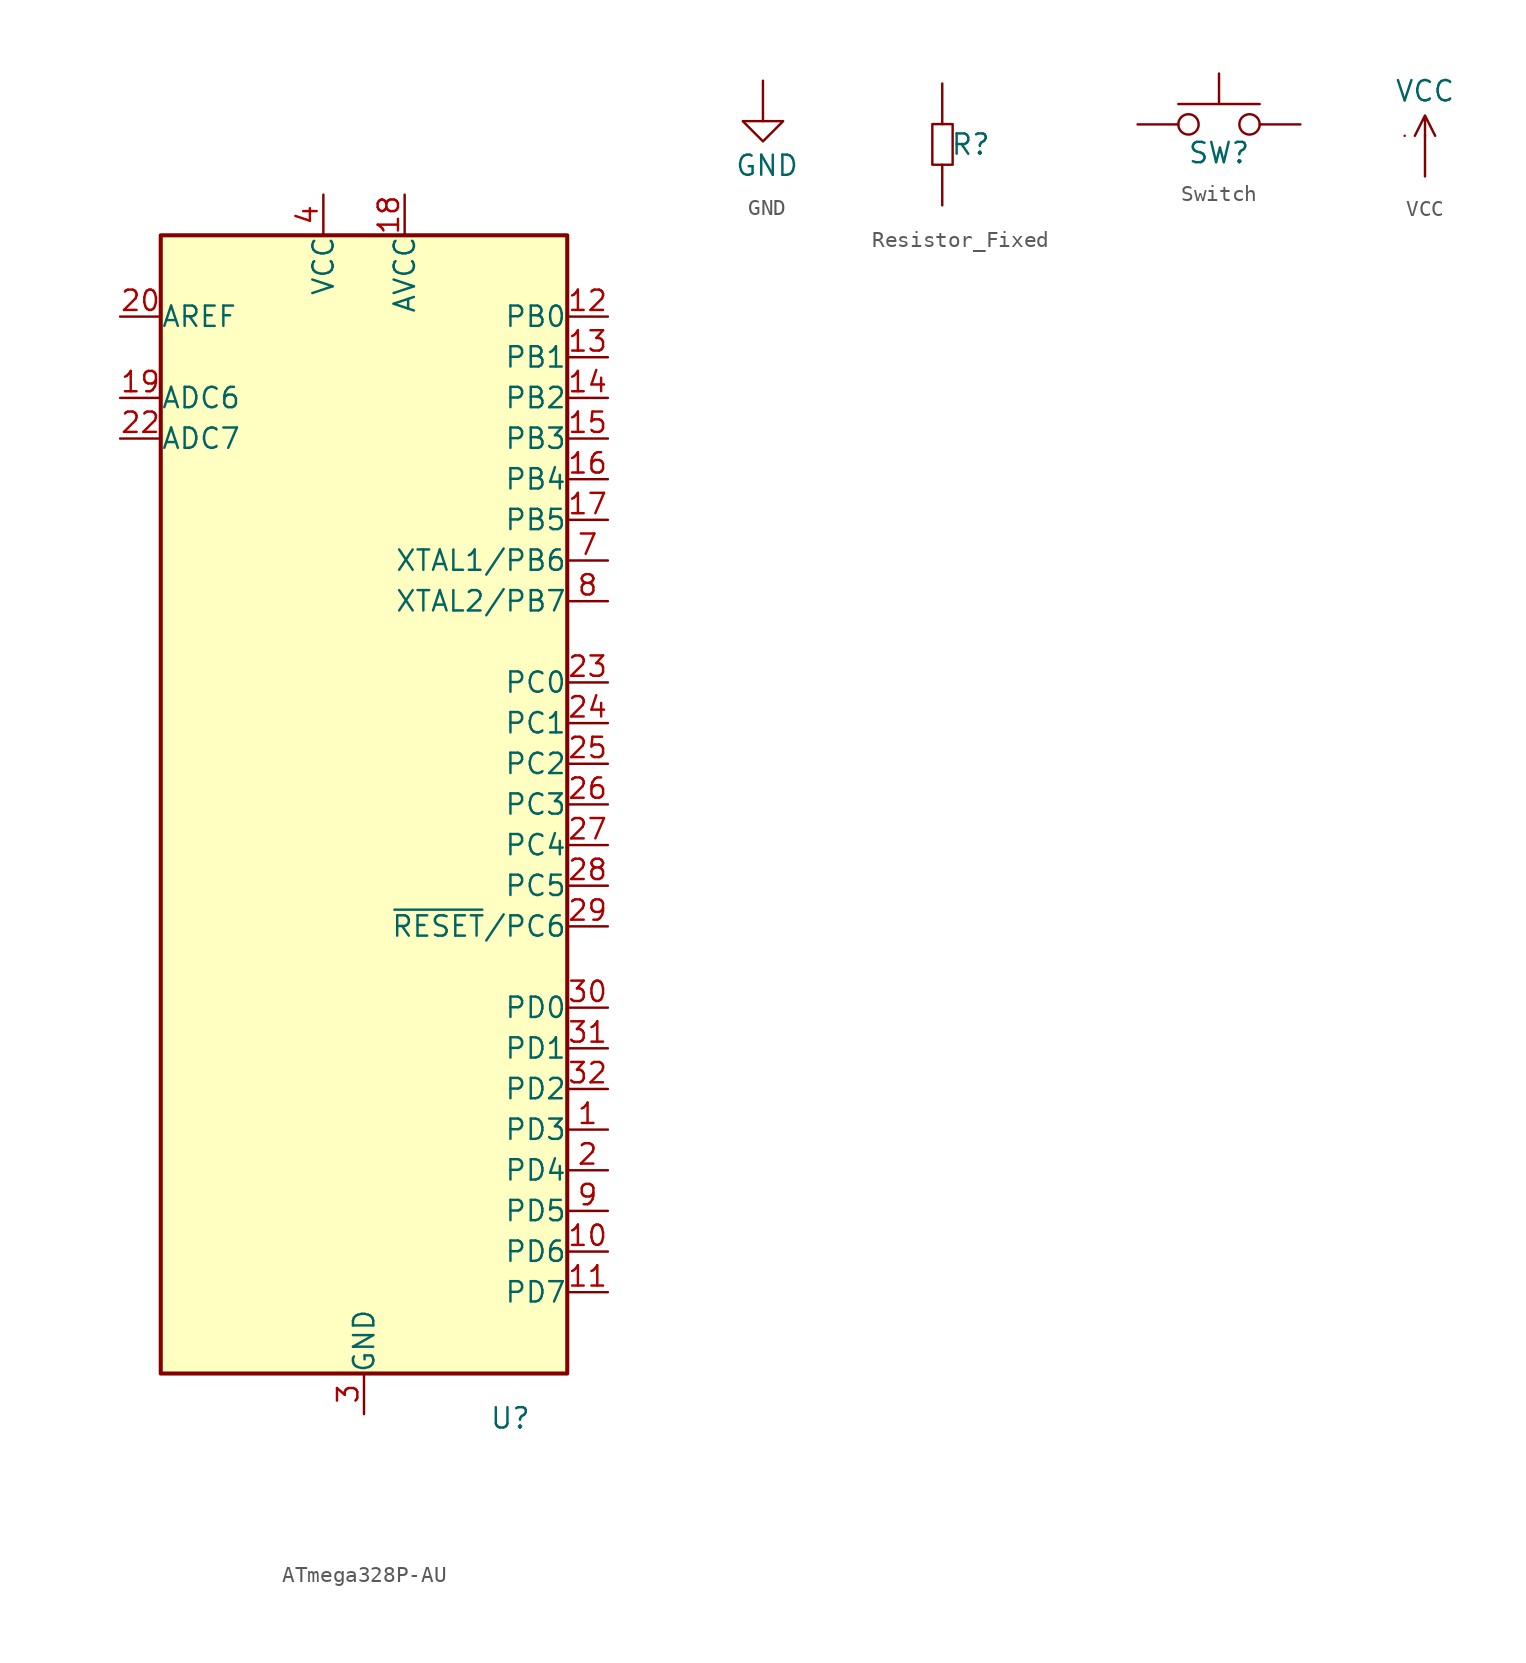
<source format=kicad_sym>
(kicad_symbol_lib
  (version 20241209)
  (generator "kicad_symbol_editor")
  (generator_version "9.0")
  (symbol "ATmega328P-AU"
    (pin_names
      (offset 0.002))
    (property "Reference" "U"
      (at 9.144 -35.814 0)
      (effects (font (size 1.27 1.27))))
    (property "Value" ""
      (at 0 0 0)
      (effects (font (size 1.27 1.27))))
    (symbol "ATmega328P-AU_1_1"
      (rectangle (start -12.7 38.1) (end 12.7 -33.02) (stroke (width 0.254) (type solid)) (fill (type background)))
      (pin passive line (at -15.24 33.02 0) (length 2.54) (name "AREF" (effects (font (size 1.27 1.27)))) (number "20" (effects (font (size 1.27 1.27)))))
      (pin input line (at -15.24 27.94 0) (length 2.54) (name "ADC6" (effects (font (size 1.27 1.27)))) (number "19" (effects (font (size 1.27 1.27)))))
      (pin input line (at -15.24 25.4 0) (length 2.54) (name "ADC7" (effects (font (size 1.27 1.27)))) (number "22" (effects (font (size 1.27 1.27)))))
      (pin power_in line (at -2.54 40.64 270) (length 2.54) (name "VCC" (effects (font (size 1.27 1.27)))) (number "4" (effects (font (size 1.27 1.27)))))
      (pin power_in line (at -2.54 40.64 270) (length 2.54) (hide yes) (name "VCC" (effects (font (size 1.27 1.27)))) (number "6" (effects (font (size 1.27 1.27)))))
      (pin power_in line (at 0 -35.56 90) (length 2.54) (hide yes) (name "GND" (effects (font (size 1.27 1.27)))) (number "21" (effects (font (size 1.27 1.27)))))
      (pin power_in line (at 0 -35.56 90) (length 2.54) (name "GND" (effects (font (size 1.27 1.27)))) (number "3" (effects (font (size 1.27 1.27)))))
      (pin power_in line (at 0 -35.56 90) (length 2.54) (hide yes) (name "GND" (effects (font (size 1.27 1.27)))) (number "5" (effects (font (size 1.27 1.27)))))
      (pin power_in line (at 2.54 40.64 270) (length 2.54) (name "AVCC" (effects (font (size 1.27 1.27)))) (number "18" (effects (font (size 1.27 1.27)))))
      (pin bidirectional line (at 15.24 33.02 180) (length 2.54) (name "PB0" (effects (font (size 1.27 1.27)))) (number "12" (effects (font (size 1.27 1.27)))))
      (pin bidirectional line (at 15.24 30.48 180) (length 2.54) (name "PB1" (effects (font (size 1.27 1.27)))) (number "13" (effects (font (size 1.27 1.27)))))
      (pin bidirectional line (at 15.24 27.94 180) (length 2.54) (name "PB2" (effects (font (size 1.27 1.27)))) (number "14" (effects (font (size 1.27 1.27)))))
      (pin bidirectional line (at 15.24 25.4 180) (length 2.54) (name "PB3" (effects (font (size 1.27 1.27)))) (number "15" (effects (font (size 1.27 1.27)))))
      (pin bidirectional line (at 15.24 22.86 180) (length 2.54) (name "PB4" (effects (font (size 1.27 1.27)))) (number "16" (effects (font (size 1.27 1.27)))))
      (pin bidirectional line (at 15.24 20.32 180) (length 2.54) (name "PB5" (effects (font (size 1.27 1.27)))) (number "17" (effects (font (size 1.27 1.27)))))
      (pin bidirectional line (at 15.24 17.78 180) (length 2.54) (name "XTAL1/PB6" (effects (font (size 1.27 1.27)))) (number "7" (effects (font (size 1.27 1.27)))))
      (pin bidirectional line (at 15.24 15.24 180) (length 2.54) (name "XTAL2/PB7" (effects (font (size 1.27 1.27)))) (number "8" (effects (font (size 1.27 1.27)))))
      (pin bidirectional line (at 15.24 10.16 180) (length 2.54) (name "PC0" (effects (font (size 1.27 1.27)))) (number "23" (effects (font (size 1.27 1.27)))))
      (pin bidirectional line (at 15.24 7.62 180) (length 2.54) (name "PC1" (effects (font (size 1.27 1.27)))) (number "24" (effects (font (size 1.27 1.27)))))
      (pin bidirectional line (at 15.24 5.08 180) (length 2.54) (name "PC2" (effects (font (size 1.27 1.27)))) (number "25" (effects (font (size 1.27 1.27)))))
      (pin bidirectional line (at 15.24 2.54 180) (length 2.54) (name "PC3" (effects (font (size 1.27 1.27)))) (number "26" (effects (font (size 1.27 1.27)))))
      (pin bidirectional line (at 15.24 0 180) (length 2.54) (name "PC4" (effects (font (size 1.27 1.27)))) (number "27" (effects (font (size 1.27 1.27)))))
      (pin bidirectional line (at 15.24 -2.54 180) (length 2.54) (name "PC5" (effects (font (size 1.27 1.27)))) (number "28" (effects (font (size 1.27 1.27)))))
      (pin bidirectional line (at 15.24 -5.08 180) (length 2.54) (name "~{RESET}/PC6" (effects (font (size 1.27 1.27)))) (number "29" (effects (font (size 1.27 1.27)))))
      (pin bidirectional line (at 15.24 -10.16 180) (length 2.54) (name "PD0" (effects (font (size 1.27 1.27)))) (number "30" (effects (font (size 1.27 1.27)))))
      (pin bidirectional line (at 15.24 -12.7 180) (length 2.54) (name "PD1" (effects (font (size 1.27 1.27)))) (number "31" (effects (font (size 1.27 1.27)))))
      (pin bidirectional line (at 15.24 -15.24 180) (length 2.54) (name "PD2" (effects (font (size 1.27 1.27)))) (number "32" (effects (font (size 1.27 1.27)))))
      (pin bidirectional line (at 15.24 -17.78 180) (length 2.54) (name "PD3" (effects (font (size 1.27 1.27)))) (number "1" (effects (font (size 1.27 1.27)))))
      (pin bidirectional line (at 15.24 -20.32 180) (length 2.54) (name "PD4" (effects (font (size 1.27 1.27)))) (number "2" (effects (font (size 1.27 1.27)))))
      (pin bidirectional line (at 15.24 -22.86 180) (length 2.54) (name "PD5" (effects (font (size 1.27 1.27)))) (number "9" (effects (font (size 1.27 1.27)))))
      (pin bidirectional line (at 15.24 -25.4 180) (length 2.54) (name "PD6" (effects (font (size 1.27 1.27)))) (number "10" (effects (font (size 1.27 1.27)))))
      (pin bidirectional line (at 15.24 -27.94 180) (length 2.54) (name "PD7" (effects (font (size 1.27 1.27)))) (number "11" (effects (font (size 1.27 1.27)))))))
  (symbol "GND"
    (power)
    (pin_numbers
      (hide yes))
    (pin_names
      (offset 0)
      (hide yes))
    (property "Reference" "#PWR"
      (at 4.572 1.27 0)
      (effects (font (size 1.27 1.27)) (hide yes)))
    (property "Value" "GND"
      (at 0.254 -2.794 0)
      (effects (font (size 1.27 1.27))))
    (symbol "GND_0_1"
      (polyline (pts (xy -1.27 0) (xy 1.27 0) (xy 0 -1.27) (xy -1.27 0)) (stroke (width 0) (type default)) (fill (type none))))
    (symbol "GND_1_1"
      (pin power_in line (at 0 2.54 270) (length 2.54) (name "" (effects (font (size 1.27 1.27)))) (number "1" (effects (font (size 1.27 1.27)))))))
  (symbol "Resistor_Fixed"
    (pin_numbers
      (hide yes))
    (pin_names
      (offset 0)
      (hide yes))
    (property "Reference" "R"
      (at 1.778 0 0)
      (effects (font (size 1.27 1.27))))
    (property "Value" ""
      (at 2.54 0 0)
      (effects (font (size 1.27 1.27))))
    (symbol "Resistor_Fixed_0_1"
      (polyline (pts (xy -0.619 1.271) (xy -0.619 -1.269) (xy 0.651 -1.269) (xy 0.651 1.271) (xy -0.619 1.271)) (stroke (width 0) (type default)) (fill (type none))))
    (symbol "Resistor_Fixed_1_1"
      (pin passive line (at 0 3.81 270) (length 2.54) (name "" (effects (font (size 1.27 1.27)))) (number "1" (effects (font (size 1.27 1.27)))))
      (pin passive line (at 0 -3.81 90) (length 2.54) (name "" (effects (font (size 1.27 1.27)))) (number "2" (effects (font (size 1.27 1.27)))))))
  (symbol "Switch"
    (pin_numbers
      (hide yes))
    (pin_names
      (offset 0)
      (hide yes))
    (property "Reference" "SW"
      (at 0 -1.778 0)
      (effects (font (size 1.27 1.27))))
    (property "Value" ""
      (at 0 0 0)
      (effects (font (size 1.27 1.27))))
    (symbol "Switch_0_1"
      (polyline (pts (xy -2.54 1.27) (xy 2.54 1.27) (xy 0 1.27) (xy 0 3.175)) (stroke (width 0) (type default)) (fill (type none)))
      (circle (center -1.905 0) (radius 0.635) (stroke (width 0) (type default)) (fill (type none)))
      (circle (center 1.905 0) (radius 0.635) (stroke (width 0) (type default)) (fill (type none))))
    (symbol "Switch_1_1"
      (pin passive line (at -5.08 0 0) (length 2.54) (name "" (effects (font (size 1.27 1.27)))) (number "1" (effects (font (size 1.27 1.27)))))
      (pin passive line (at 5.08 0 180) (length 2.54) (name "" (effects (font (size 1.27 1.27)))) (number "2" (effects (font (size 1.27 1.27)))))))
  (symbol "VCC"
    (power)
    (pin_numbers
      (hide yes))
    (pin_names
      (offset 0)
      (hide yes))
    (property "Reference" "#PWR"
      (at 15.494 -12.192 0)
      (effects (font (size 1.27 1.27)) (hide yes)))
    (property "Value" "VCC"
      (at 11.43 -8.636 0)
      (effects (font (size 1.27 1.27))))
    (symbol "VCC_0_1"
      (polyline (pts (xy 10.16 -11.43) (xy 10.16 -11.43)) (stroke (width 0) (type default)) (fill (type none)))
      (polyline (pts (xy 11.43 -11.43) (xy 11.43 -10.16) (xy 12.065 -11.43) (xy 11.43 -10.16) (xy 10.795 -11.43)) (stroke (width 0) (type default)) (fill (type none))))
    (symbol "VCC_1_1"
      (pin power_in line (at 11.43 -13.97 90) (length 2.54) (name "" (effects (font (size 1.27 1.27)))) (number "1" (effects (font (size 1.27 1.27))))))))
</source>
